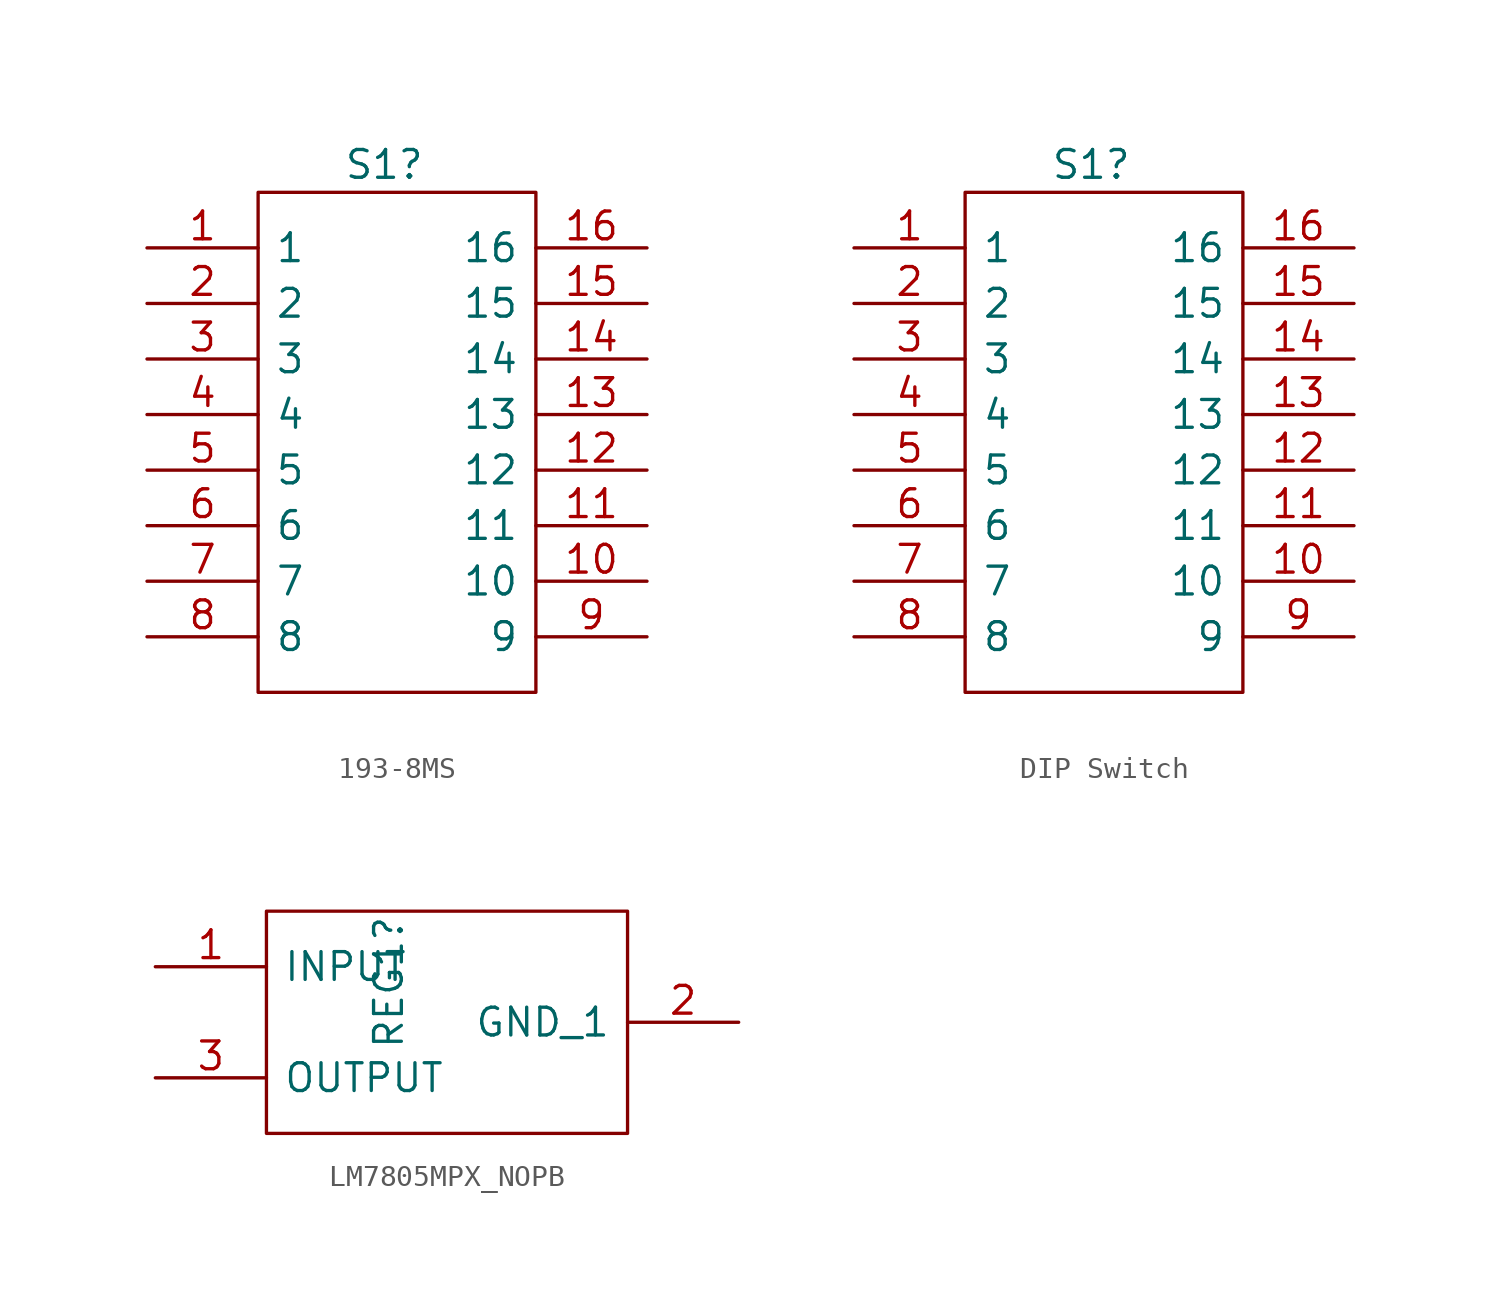
<source format=kicad_sym>
(kicad_symbol_lib
  (version 20211014)
  (generator kicad_symbol_editor)
  (symbol "193-8MS"
    (pin_names
      (offset 0.762))
    (property "Reference" "S1"
      (at 12.7 3.81 0)
      (effects (font (size 1.27 1.27)) (justify right)))
    (symbol "193-8MS_0_0"
      (pin passive line (at 0 0 0) (length 5.08) (name "1" (effects (font (size 1.27 1.27)))) (number "1" (effects (font (size 1.27 1.27)))))
      (pin passive line (at 22.86 -15.24 180) (length 5.08) (name "10" (effects (font (size 1.27 1.27)))) (number "10" (effects (font (size 1.27 1.27)))))
      (pin passive line (at 22.86 -12.7 180) (length 5.08) (name "11" (effects (font (size 1.27 1.27)))) (number "11" (effects (font (size 1.27 1.27)))))
      (pin passive line (at 22.86 -10.16 180) (length 5.08) (name "12" (effects (font (size 1.27 1.27)))) (number "12" (effects (font (size 1.27 1.27)))))
      (pin passive line (at 22.86 -7.62 180) (length 5.08) (name "13" (effects (font (size 1.27 1.27)))) (number "13" (effects (font (size 1.27 1.27)))))
      (pin passive line (at 22.86 -5.08 180) (length 5.08) (name "14" (effects (font (size 1.27 1.27)))) (number "14" (effects (font (size 1.27 1.27)))))
      (pin passive line (at 22.86 -2.54 180) (length 5.08) (name "15" (effects (font (size 1.27 1.27)))) (number "15" (effects (font (size 1.27 1.27)))))
      (pin passive line (at 22.86 0 180) (length 5.08) (name "16" (effects (font (size 1.27 1.27)))) (number "16" (effects (font (size 1.27 1.27)))))
      (pin passive line (at 0 -2.54 0) (length 5.08) (name "2" (effects (font (size 1.27 1.27)))) (number "2" (effects (font (size 1.27 1.27)))))
      (pin passive line (at 0 -5.08 0) (length 5.08) (name "3" (effects (font (size 1.27 1.27)))) (number "3" (effects (font (size 1.27 1.27)))))
      (pin passive line (at 0 -7.62 0) (length 5.08) (name "4" (effects (font (size 1.27 1.27)))) (number "4" (effects (font (size 1.27 1.27)))))
      (pin passive line (at 0 -10.16 0) (length 5.08) (name "5" (effects (font (size 1.27 1.27)))) (number "5" (effects (font (size 1.27 1.27)))))
      (pin passive line (at 0 -12.7 0) (length 5.08) (name "6" (effects (font (size 1.27 1.27)))) (number "6" (effects (font (size 1.27 1.27)))))
      (pin passive line (at 0 -15.24 0) (length 5.08) (name "7" (effects (font (size 1.27 1.27)))) (number "7" (effects (font (size 1.27 1.27)))))
      (pin passive line (at 0 -17.78 0) (length 5.08) (name "8" (effects (font (size 1.27 1.27)))) (number "8" (effects (font (size 1.27 1.27)))))
      (pin passive line (at 22.86 -17.78 180) (length 5.08) (name "9" (effects (font (size 1.27 1.27)))) (number "9" (effects (font (size 1.27 1.27))))))
    (symbol "193-8MS_0_1"
      (polyline (pts (xy 5.08 2.54) (xy 17.78 2.54) (xy 17.78 -20.32) (xy 5.08 -20.32) (xy 5.08 2.54)) (stroke (width 0.152) (type default) (color 0 0 0 0)) (fill (type none)))))
  (symbol "DIP Switch"
    (pin_names
      (offset 0.762))
    (property "Reference" "S1"
      (at 12.7 3.81 0)
      (effects (font (size 1.27 1.27)) (justify right)))
    (symbol "DIP Switch_0_0"
      (pin passive line (at 0 0 0) (length 5.08) (name "1" (effects (font (size 1.27 1.27)))) (number "1" (effects (font (size 1.27 1.27)))))
      (pin passive line (at 22.86 -15.24 180) (length 5.08) (name "10" (effects (font (size 1.27 1.27)))) (number "10" (effects (font (size 1.27 1.27)))))
      (pin passive line (at 22.86 -12.7 180) (length 5.08) (name "11" (effects (font (size 1.27 1.27)))) (number "11" (effects (font (size 1.27 1.27)))))
      (pin passive line (at 22.86 -10.16 180) (length 5.08) (name "12" (effects (font (size 1.27 1.27)))) (number "12" (effects (font (size 1.27 1.27)))))
      (pin passive line (at 22.86 -7.62 180) (length 5.08) (name "13" (effects (font (size 1.27 1.27)))) (number "13" (effects (font (size 1.27 1.27)))))
      (pin passive line (at 22.86 -5.08 180) (length 5.08) (name "14" (effects (font (size 1.27 1.27)))) (number "14" (effects (font (size 1.27 1.27)))))
      (pin passive line (at 22.86 -2.54 180) (length 5.08) (name "15" (effects (font (size 1.27 1.27)))) (number "15" (effects (font (size 1.27 1.27)))))
      (pin passive line (at 22.86 0 180) (length 5.08) (name "16" (effects (font (size 1.27 1.27)))) (number "16" (effects (font (size 1.27 1.27)))))
      (pin passive line (at 0 -2.54 0) (length 5.08) (name "2" (effects (font (size 1.27 1.27)))) (number "2" (effects (font (size 1.27 1.27)))))
      (pin passive line (at 0 -5.08 0) (length 5.08) (name "3" (effects (font (size 1.27 1.27)))) (number "3" (effects (font (size 1.27 1.27)))))
      (pin passive line (at 0 -7.62 0) (length 5.08) (name "4" (effects (font (size 1.27 1.27)))) (number "4" (effects (font (size 1.27 1.27)))))
      (pin passive line (at 0 -10.16 0) (length 5.08) (name "5" (effects (font (size 1.27 1.27)))) (number "5" (effects (font (size 1.27 1.27)))))
      (pin passive line (at 0 -12.7 0) (length 5.08) (name "6" (effects (font (size 1.27 1.27)))) (number "6" (effects (font (size 1.27 1.27)))))
      (pin passive line (at 0 -15.24 0) (length 5.08) (name "7" (effects (font (size 1.27 1.27)))) (number "7" (effects (font (size 1.27 1.27)))))
      (pin passive line (at 0 -17.78 0) (length 5.08) (name "8" (effects (font (size 1.27 1.27)))) (number "8" (effects (font (size 1.27 1.27)))))
      (pin passive line (at 22.86 -17.78 180) (length 5.08) (name "9" (effects (font (size 1.27 1.27)))) (number "9" (effects (font (size 1.27 1.27))))))
    (symbol "DIP Switch_0_1"
      (polyline (pts (xy 5.08 2.54) (xy 17.78 2.54) (xy 17.78 -20.32) (xy 5.08 -20.32) (xy 5.08 2.54)) (stroke (width 0.152) (type default) (color 0 0 0 0)) (fill (type none)))))
  (symbol "LM7805MPX_NOPB"
    (pin_names
      (offset 0.762))
    (property "Reference" "REG1"
      (at 10.668 -3.81 90)
      (effects (font (size 1.27 1.27)) (justify left)))
    (symbol "LM7805MPX_NOPB_0_0"
      (pin power_in line (at 0 0 0) (length 5.08) (name "INPUT" (effects (font (size 1.27 1.27)))) (number "1" (effects (font (size 1.27 1.27)))))
      (pin power_out line (at 26.67 -2.54 180) (length 5.08) (name "GND_1" (effects (font (size 1.27 1.27)))) (number "2" (effects (font (size 1.27 1.27)))))
      (pin power_out line (at 0 -5.08 0) (length 5.08) (name "OUTPUT" (effects (font (size 1.27 1.27)))) (number "3" (effects (font (size 1.27 1.27)))))
      (pin passive line (at 26.67 -2.54 180) (length 5.08) hide (name "GND_2" (effects (font (size 1.27 1.27)))) (number "4" (effects (font (size 1.27 1.27))))))
    (symbol "LM7805MPX_NOPB_0_1"
      (polyline (pts (xy 5.08 2.54) (xy 21.59 2.54) (xy 21.59 -7.62) (xy 5.08 -7.62) (xy 5.08 2.54)) (stroke (width 0.152) (type default) (color 0 0 0 0)) (fill (type none))))))
</source>
